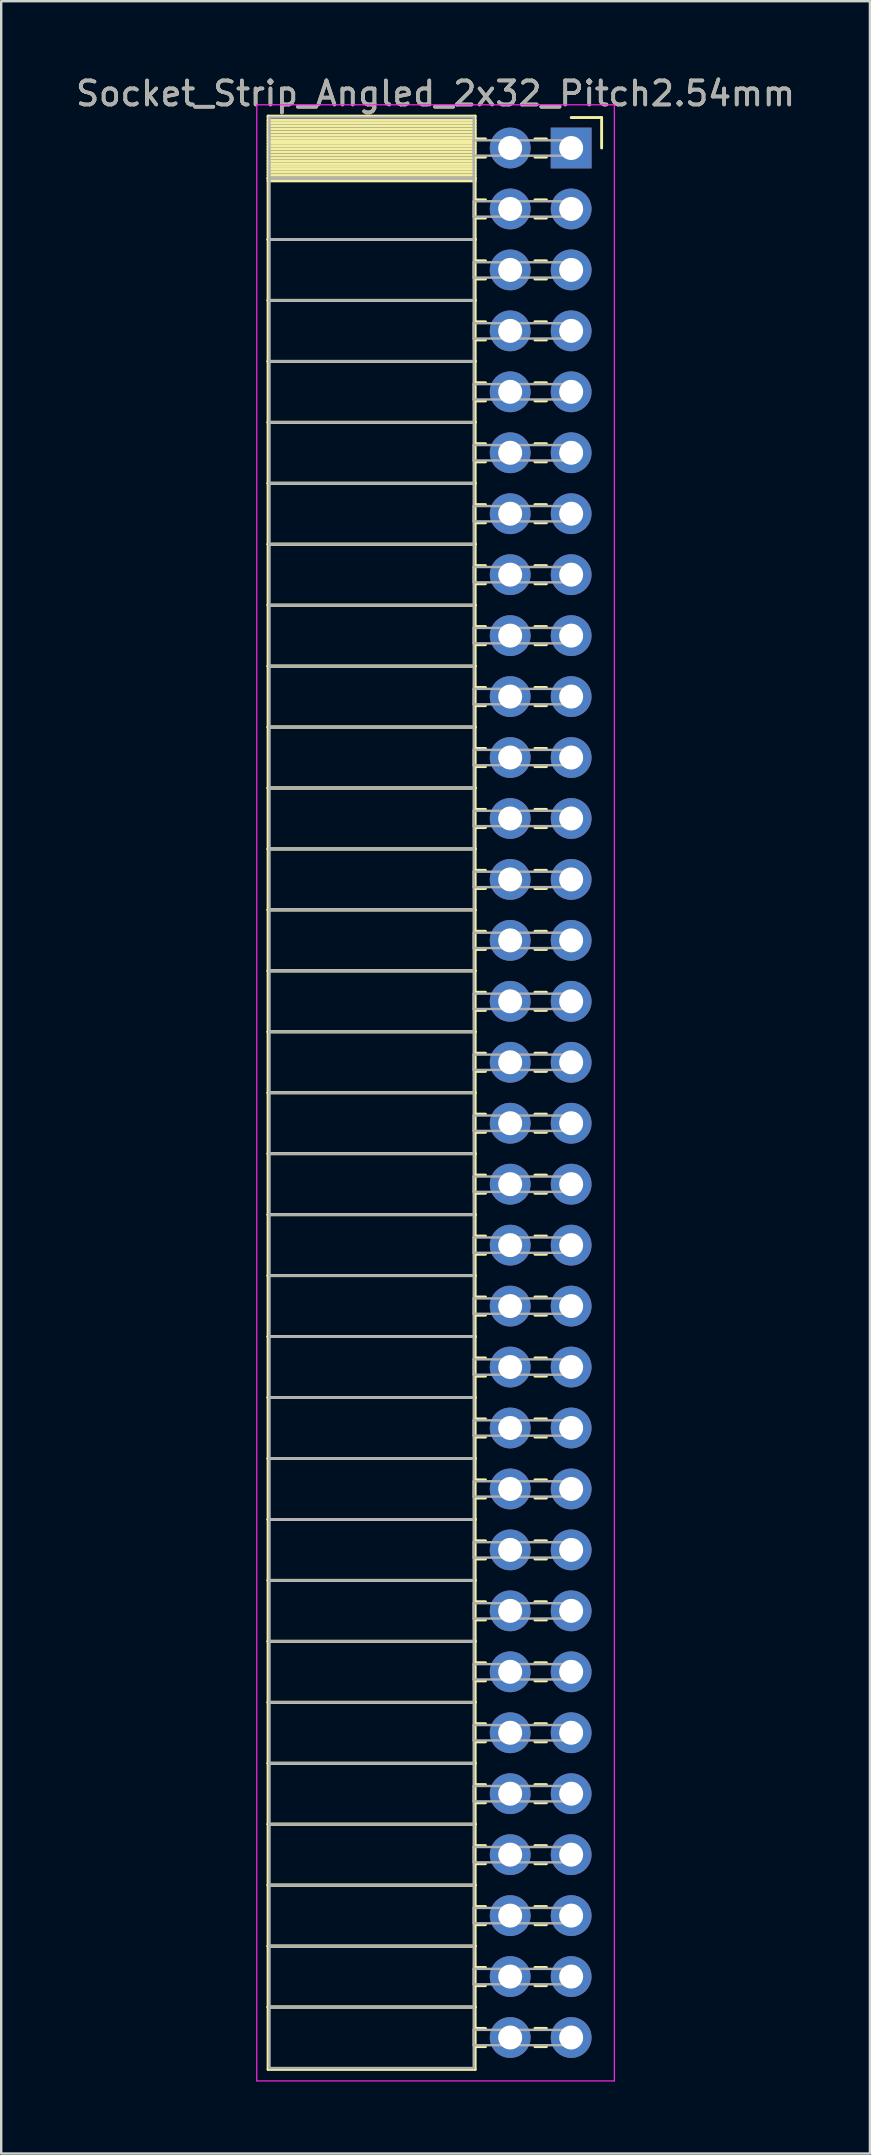
<source format=kicad_pcb>
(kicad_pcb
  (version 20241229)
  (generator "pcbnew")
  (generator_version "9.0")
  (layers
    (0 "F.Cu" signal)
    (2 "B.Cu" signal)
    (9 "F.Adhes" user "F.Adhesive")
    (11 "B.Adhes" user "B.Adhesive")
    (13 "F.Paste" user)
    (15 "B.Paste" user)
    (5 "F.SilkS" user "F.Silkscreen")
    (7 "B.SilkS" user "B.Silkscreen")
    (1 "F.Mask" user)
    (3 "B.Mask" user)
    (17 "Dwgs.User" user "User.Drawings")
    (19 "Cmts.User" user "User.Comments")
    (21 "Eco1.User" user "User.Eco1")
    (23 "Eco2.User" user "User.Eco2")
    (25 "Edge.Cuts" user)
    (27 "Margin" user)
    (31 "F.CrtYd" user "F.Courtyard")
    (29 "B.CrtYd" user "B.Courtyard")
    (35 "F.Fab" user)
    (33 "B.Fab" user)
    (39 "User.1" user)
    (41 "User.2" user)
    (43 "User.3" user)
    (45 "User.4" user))
  (footprint "Socket_Strip_Angled_2x32_Pitch2.54mm"
    (layer "F.Cu")
    (at 20.751 3.118)
    (property "Reference" "Socket_Strip_Angled_2x32_Pitch2.54mm" (at -5.65 -2.27 0) (layer "F.SilkS") (effects (font (size 1 1) (thickness 0.15))))
    (attr through_hole)
    (fp_line (start -12.63 -1.33) (end -4 -1.33) (stroke (width 0.12) (type solid)) (layer "F.SilkS"))
    (fp_line (start -12.63 1.27) (end -12.63 -1.33) (stroke (width 0.12) (type solid)) (layer "F.SilkS"))
    (fp_line (start -12.63 1.27) (end -4 1.27) (stroke (width 0.12) (type solid)) (layer "F.SilkS"))
    (fp_line (start -12.63 3.81) (end -12.63 1.27) (stroke (width 0.12) (type solid)) (layer "F.SilkS"))
    (fp_line (start -12.63 3.81) (end -4 3.81) (stroke (width 0.12) (type solid)) (layer "F.SilkS"))
    (fp_line (start -12.63 6.35) (end -12.63 3.81) (stroke (width 0.12) (type solid)) (layer "F.SilkS"))
    (fp_line (start -12.63 6.35) (end -4 6.35) (stroke (width 0.12) (type solid)) (layer "F.SilkS"))
    (fp_line (start -12.63 8.89) (end -12.63 6.35) (stroke (width 0.12) (type solid)) (layer "F.SilkS"))
    (fp_line (start -12.63 8.89) (end -4 8.89) (stroke (width 0.12) (type solid)) (layer "F.SilkS"))
    (fp_line (start -12.63 11.43) (end -12.63 8.89) (stroke (width 0.12) (type solid)) (layer "F.SilkS"))
    (fp_line (start -12.63 11.43) (end -4 11.43) (stroke (width 0.12) (type solid)) (layer "F.SilkS"))
    (fp_line (start -12.63 13.97) (end -12.63 11.43) (stroke (width 0.12) (type solid)) (layer "F.SilkS"))
    (fp_line (start -12.63 13.97) (end -4 13.97) (stroke (width 0.12) (type solid)) (layer "F.SilkS"))
    (fp_line (start -12.63 16.51) (end -12.63 13.97) (stroke (width 0.12) (type solid)) (layer "F.SilkS"))
    (fp_line (start -12.63 16.51) (end -4 16.51) (stroke (width 0.12) (type solid)) (layer "F.SilkS"))
    (fp_line (start -12.63 19.05) (end -12.63 16.51) (stroke (width 0.12) (type solid)) (layer "F.SilkS"))
    (fp_line (start -12.63 19.05) (end -4 19.05) (stroke (width 0.12) (type solid)) (layer "F.SilkS"))
    (fp_line (start -12.63 21.59) (end -12.63 19.05) (stroke (width 0.12) (type solid)) (layer "F.SilkS"))
    (fp_line (start -12.63 21.59) (end -4 21.59) (stroke (width 0.12) (type solid)) (layer "F.SilkS"))
    (fp_line (start -12.63 24.13) (end -12.63 21.59) (stroke (width 0.12) (type solid)) (layer "F.SilkS"))
    (fp_line (start -12.63 24.13) (end -4 24.13) (stroke (width 0.12) (type solid)) (layer "F.SilkS"))
    (fp_line (start -12.63 26.67) (end -12.63 24.13) (stroke (width 0.12) (type solid)) (layer "F.SilkS"))
    (fp_line (start -12.63 26.67) (end -4 26.67) (stroke (width 0.12) (type solid)) (layer "F.SilkS"))
    (fp_line (start -12.63 29.21) (end -12.63 26.67) (stroke (width 0.12) (type solid)) (layer "F.SilkS"))
    (fp_line (start -12.63 29.21) (end -4 29.21) (stroke (width 0.12) (type solid)) (layer "F.SilkS"))
    (fp_line (start -12.63 31.75) (end -12.63 29.21) (stroke (width 0.12) (type solid)) (layer "F.SilkS"))
    (fp_line (start -12.63 31.75) (end -4 31.75) (stroke (width 0.12) (type solid)) (layer "F.SilkS"))
    (fp_line (start -12.63 34.29) (end -12.63 31.75) (stroke (width 0.12) (type solid)) (layer "F.SilkS"))
    (fp_line (start -12.63 34.29) (end -4 34.29) (stroke (width 0.12) (type solid)) (layer "F.SilkS"))
    (fp_line (start -12.63 36.83) (end -12.63 34.29) (stroke (width 0.12) (type solid)) (layer "F.SilkS"))
    (fp_line (start -12.63 36.83) (end -4 36.83) (stroke (width 0.12) (type solid)) (layer "F.SilkS"))
    (fp_line (start -12.63 39.37) (end -12.63 36.83) (stroke (width 0.12) (type solid)) (layer "F.SilkS"))
    (fp_line (start -12.63 39.37) (end -4 39.37) (stroke (width 0.12) (type solid)) (layer "F.SilkS"))
    (fp_line (start -12.63 41.91) (end -12.63 39.37) (stroke (width 0.12) (type solid)) (layer "F.SilkS"))
    (fp_line (start -12.63 41.91) (end -4 41.91) (stroke (width 0.12) (type solid)) (layer "F.SilkS"))
    (fp_line (start -12.63 44.45) (end -12.63 41.91) (stroke (width 0.12) (type solid)) (layer "F.SilkS"))
    (fp_line (start -12.63 44.45) (end -4 44.45) (stroke (width 0.12) (type solid)) (layer "F.SilkS"))
    (fp_line (start -12.63 46.99) (end -12.63 44.45) (stroke (width 0.12) (type solid)) (layer "F.SilkS"))
    (fp_line (start -12.63 46.99) (end -4 46.99) (stroke (width 0.12) (type solid)) (layer "F.SilkS"))
    (fp_line (start -12.63 49.53) (end -12.63 46.99) (stroke (width 0.12) (type solid)) (layer "F.SilkS"))
    (fp_line (start -12.63 49.53) (end -4 49.53) (stroke (width 0.12) (type solid)) (layer "F.SilkS"))
    (fp_line (start -12.63 52.07) (end -12.63 49.53) (stroke (width 0.12) (type solid)) (layer "F.SilkS"))
    (fp_line (start -12.63 52.07) (end -4 52.07) (stroke (width 0.12) (type solid)) (layer "F.SilkS"))
    (fp_line (start -12.63 54.61) (end -12.63 52.07) (stroke (width 0.12) (type solid)) (layer "F.SilkS"))
    (fp_line (start -12.63 54.61) (end -4 54.61) (stroke (width 0.12) (type solid)) (layer "F.SilkS"))
    (fp_line (start -12.63 57.15) (end -12.63 54.61) (stroke (width 0.12) (type solid)) (layer "F.SilkS"))
    (fp_line (start -12.63 57.15) (end -4 57.15) (stroke (width 0.12) (type solid)) (layer "F.SilkS"))
    (fp_line (start -12.63 59.69) (end -12.63 57.15) (stroke (width 0.12) (type solid)) (layer "F.SilkS"))
    (fp_line (start -12.63 59.69) (end -4 59.69) (stroke (width 0.12) (type solid)) (layer "F.SilkS"))
    (fp_line (start -12.63 62.23) (end -12.63 59.69) (stroke (width 0.12) (type solid)) (layer "F.SilkS"))
    (fp_line (start -12.63 62.23) (end -4 62.23) (stroke (width 0.12) (type solid)) (layer "F.SilkS"))
    (fp_line (start -12.63 64.77) (end -12.63 62.23) (stroke (width 0.12) (type solid)) (layer "F.SilkS"))
    (fp_line (start -12.63 64.77) (end -4 64.77) (stroke (width 0.12) (type solid)) (layer "F.SilkS"))
    (fp_line (start -12.63 67.31) (end -12.63 64.77) (stroke (width 0.12) (type solid)) (layer "F.SilkS"))
    (fp_line (start -12.63 67.31) (end -4 67.31) (stroke (width 0.12) (type solid)) (layer "F.SilkS"))
    (fp_line (start -12.63 69.85) (end -12.63 67.31) (stroke (width 0.12) (type solid)) (layer "F.SilkS"))
    (fp_line (start -12.63 69.85) (end -4 69.85) (stroke (width 0.12) (type solid)) (layer "F.SilkS"))
    (fp_line (start -12.63 72.39) (end -12.63 69.85) (stroke (width 0.12) (type solid)) (layer "F.SilkS"))
    (fp_line (start -12.63 72.39) (end -4 72.39) (stroke (width 0.12) (type solid)) (layer "F.SilkS"))
    (fp_line (start -12.63 74.93) (end -12.63 72.39) (stroke (width 0.12) (type solid)) (layer "F.SilkS"))
    (fp_line (start -12.63 74.93) (end -4 74.93) (stroke (width 0.12) (type solid)) (layer "F.SilkS"))
    (fp_line (start -12.63 77.47) (end -12.63 74.93) (stroke (width 0.12) (type solid)) (layer "F.SilkS"))
    (fp_line (start -12.63 77.47) (end -4 77.47) (stroke (width 0.12) (type solid)) (layer "F.SilkS"))
    (fp_line (start -12.63 80.07) (end -12.63 77.47) (stroke (width 0.12) (type solid)) (layer "F.SilkS"))
    (fp_line (start -4 -1.33) (end -4 1.27) (stroke (width 0.12) (type solid)) (layer "F.SilkS"))
    (fp_line (start -4 -1.15) (end -12.63 -1.15) (stroke (width 0.12) (type solid)) (layer "F.SilkS"))
    (fp_line (start -4 -1.03) (end -12.63 -1.03) (stroke (width 0.12) (type solid)) (layer "F.SilkS"))
    (fp_line (start -4 -0.91) (end -12.63 -0.91) (stroke (width 0.12) (type solid)) (layer "F.SilkS"))
    (fp_line (start -4 -0.79) (end -12.63 -0.79) (stroke (width 0.12) (type solid)) (layer "F.SilkS"))
    (fp_line (start -4 -0.67) (end -12.63 -0.67) (stroke (width 0.12) (type solid)) (layer "F.SilkS"))
    (fp_line (start -4 -0.55) (end -12.63 -0.55) (stroke (width 0.12) (type solid)) (layer "F.SilkS"))
    (fp_line (start -4 -0.43) (end -12.63 -0.43) (stroke (width 0.12) (type solid)) (layer "F.SilkS"))
    (fp_line (start -4 -0.31) (end -12.63 -0.31) (stroke (width 0.12) (type solid)) (layer "F.SilkS"))
    (fp_line (start -4 -0.19) (end -12.63 -0.19) (stroke (width 0.12) (type solid)) (layer "F.SilkS"))
    (fp_line (start -4 -0.07) (end -12.63 -0.07) (stroke (width 0.12) (type solid)) (layer "F.SilkS"))
    (fp_line (start -4 0.05) (end -12.63 0.05) (stroke (width 0.12) (type solid)) (layer "F.SilkS"))
    (fp_line (start -4 0.17) (end -12.63 0.17) (stroke (width 0.12) (type solid)) (layer "F.SilkS"))
    (fp_line (start -4 0.29) (end -12.63 0.29) (stroke (width 0.12) (type solid)) (layer "F.SilkS"))
    (fp_line (start -4 0.41) (end -12.63 0.41) (stroke (width 0.12) (type solid)) (layer "F.SilkS"))
    (fp_line (start -4 0.53) (end -12.63 0.53) (stroke (width 0.12) (type solid)) (layer "F.SilkS"))
    (fp_line (start -4 0.65) (end -12.63 0.65) (stroke (width 0.12) (type solid)) (layer "F.SilkS"))
    (fp_line (start -4 0.77) (end -12.63 0.77) (stroke (width 0.12) (type solid)) (layer "F.SilkS"))
    (fp_line (start -4 0.89) (end -12.63 0.89) (stroke (width 0.12) (type solid)) (layer "F.SilkS"))
    (fp_line (start -4 1.01) (end -12.63 1.01) (stroke (width 0.12) (type solid)) (layer "F.SilkS"))
    (fp_line (start -4 1.13) (end -12.63 1.13) (stroke (width 0.12) (type solid)) (layer "F.SilkS"))
    (fp_line (start -4 1.25) (end -12.63 1.25) (stroke (width 0.12) (type solid)) (layer "F.SilkS"))
    (fp_line (start -4 1.27) (end -12.63 1.27) (stroke (width 0.12) (type solid)) (layer "F.SilkS"))
    (fp_line (start -4 1.27) (end -4 3.81) (stroke (width 0.12) (type solid)) (layer "F.SilkS"))
    (fp_line (start -4 1.37) (end -12.63 1.37) (stroke (width 0.12) (type solid)) (layer "F.SilkS"))
    (fp_line (start -4 3.81) (end -12.63 3.81) (stroke (width 0.12) (type solid)) (layer "F.SilkS"))
    (fp_line (start -4 3.81) (end -4 6.35) (stroke (width 0.12) (type solid)) (layer "F.SilkS"))
    (fp_line (start -4 6.35) (end -12.63 6.35) (stroke (width 0.12) (type solid)) (layer "F.SilkS"))
    (fp_line (start -4 6.35) (end -4 8.89) (stroke (width 0.12) (type solid)) (layer "F.SilkS"))
    (fp_line (start -4 8.89) (end -12.63 8.89) (stroke (width 0.12) (type solid)) (layer "F.SilkS"))
    (fp_line (start -4 8.89) (end -4 11.43) (stroke (width 0.12) (type solid)) (layer "F.SilkS"))
    (fp_line (start -4 11.43) (end -12.63 11.43) (stroke (width 0.12) (type solid)) (layer "F.SilkS"))
    (fp_line (start -4 11.43) (end -4 13.97) (stroke (width 0.12) (type solid)) (layer "F.SilkS"))
    (fp_line (start -4 13.97) (end -12.63 13.97) (stroke (width 0.12) (type solid)) (layer "F.SilkS"))
    (fp_line (start -4 13.97) (end -4 16.51) (stroke (width 0.12) (type solid)) (layer "F.SilkS"))
    (fp_line (start -4 16.51) (end -12.63 16.51) (stroke (width 0.12) (type solid)) (layer "F.SilkS"))
    (fp_line (start -4 16.51) (end -4 19.05) (stroke (width 0.12) (type solid)) (layer "F.SilkS"))
    (fp_line (start -4 19.05) (end -12.63 19.05) (stroke (width 0.12) (type solid)) (layer "F.SilkS"))
    (fp_line (start -4 19.05) (end -4 21.59) (stroke (width 0.12) (type solid)) (layer "F.SilkS"))
    (fp_line (start -4 21.59) (end -12.63 21.59) (stroke (width 0.12) (type solid)) (layer "F.SilkS"))
    (fp_line (start -4 21.59) (end -4 24.13) (stroke (width 0.12) (type solid)) (layer "F.SilkS"))
    (fp_line (start -4 24.13) (end -12.63 24.13) (stroke (width 0.12) (type solid)) (layer "F.SilkS"))
    (fp_line (start -4 24.13) (end -4 26.67) (stroke (width 0.12) (type solid)) (layer "F.SilkS"))
    (fp_line (start -4 26.67) (end -12.63 26.67) (stroke (width 0.12) (type solid)) (layer "F.SilkS"))
    (fp_line (start -4 26.67) (end -4 29.21) (stroke (width 0.12) (type solid)) (layer "F.SilkS"))
    (fp_line (start -4 29.21) (end -12.63 29.21) (stroke (width 0.12) (type solid)) (layer "F.SilkS"))
    (fp_line (start -4 29.21) (end -4 31.75) (stroke (width 0.12) (type solid)) (layer "F.SilkS"))
    (fp_line (start -4 31.75) (end -12.63 31.75) (stroke (width 0.12) (type solid)) (layer "F.SilkS"))
    (fp_line (start -4 31.75) (end -4 34.29) (stroke (width 0.12) (type solid)) (layer "F.SilkS"))
    (fp_line (start -4 34.29) (end -12.63 34.29) (stroke (width 0.12) (type solid)) (layer "F.SilkS"))
    (fp_line (start -4 34.29) (end -4 36.83) (stroke (width 0.12) (type solid)) (layer "F.SilkS"))
    (fp_line (start -4 36.83) (end -12.63 36.83) (stroke (width 0.12) (type solid)) (layer "F.SilkS"))
    (fp_line (start -4 36.83) (end -4 39.37) (stroke (width 0.12) (type solid)) (layer "F.SilkS"))
    (fp_line (start -4 39.37) (end -12.63 39.37) (stroke (width 0.12) (type solid)) (layer "F.SilkS"))
    (fp_line (start -4 39.37) (end -4 41.91) (stroke (width 0.12) (type solid)) (layer "F.SilkS"))
    (fp_line (start -4 41.91) (end -12.63 41.91) (stroke (width 0.12) (type solid)) (layer "F.SilkS"))
    (fp_line (start -4 41.91) (end -4 44.45) (stroke (width 0.12) (type solid)) (layer "F.SilkS"))
    (fp_line (start -4 44.45) (end -12.63 44.45) (stroke (width 0.12) (type solid)) (layer "F.SilkS"))
    (fp_line (start -4 44.45) (end -4 46.99) (stroke (width 0.12) (type solid)) (layer "F.SilkS"))
    (fp_line (start -4 46.99) (end -12.63 46.99) (stroke (width 0.12) (type solid)) (layer "F.SilkS"))
    (fp_line (start -4 46.99) (end -4 49.53) (stroke (width 0.12) (type solid)) (layer "F.SilkS"))
    (fp_line (start -4 49.53) (end -12.63 49.53) (stroke (width 0.12) (type solid)) (layer "F.SilkS"))
    (fp_line (start -4 49.53) (end -4 52.07) (stroke (width 0.12) (type solid)) (layer "F.SilkS"))
    (fp_line (start -4 52.07) (end -12.63 52.07) (stroke (width 0.12) (type solid)) (layer "F.SilkS"))
    (fp_line (start -4 52.07) (end -4 54.61) (stroke (width 0.12) (type solid)) (layer "F.SilkS"))
    (fp_line (start -4 54.61) (end -12.63 54.61) (stroke (width 0.12) (type solid)) (layer "F.SilkS"))
    (fp_line (start -4 54.61) (end -4 57.15) (stroke (width 0.12) (type solid)) (layer "F.SilkS"))
    (fp_line (start -4 57.15) (end -12.63 57.15) (stroke (width 0.12) (type solid)) (layer "F.SilkS"))
    (fp_line (start -4 57.15) (end -4 59.69) (stroke (width 0.12) (type solid)) (layer "F.SilkS"))
    (fp_line (start -4 59.69) (end -12.63 59.69) (stroke (width 0.12) (type solid)) (layer "F.SilkS"))
    (fp_line (start -4 59.69) (end -4 62.23) (stroke (width 0.12) (type solid)) (layer "F.SilkS"))
    (fp_line (start -4 62.23) (end -12.63 62.23) (stroke (width 0.12) (type solid)) (layer "F.SilkS"))
    (fp_line (start -4 62.23) (end -4 64.77) (stroke (width 0.12) (type solid)) (layer "F.SilkS"))
    (fp_line (start -4 64.77) (end -12.63 64.77) (stroke (width 0.12) (type solid)) (layer "F.SilkS"))
    (fp_line (start -4 64.77) (end -4 67.31) (stroke (width 0.12) (type solid)) (layer "F.SilkS"))
    (fp_line (start -4 67.31) (end -12.63 67.31) (stroke (width 0.12) (type solid)) (layer "F.SilkS"))
    (fp_line (start -4 67.31) (end -4 69.85) (stroke (width 0.12) (type solid)) (layer "F.SilkS"))
    (fp_line (start -4 69.85) (end -12.63 69.85) (stroke (width 0.12) (type solid)) (layer "F.SilkS"))
    (fp_line (start -4 69.85) (end -4 72.39) (stroke (width 0.12) (type solid)) (layer "F.SilkS"))
    (fp_line (start -4 72.39) (end -12.63 72.39) (stroke (width 0.12) (type solid)) (layer "F.SilkS"))
    (fp_line (start -4 72.39) (end -4 74.93) (stroke (width 0.12) (type solid)) (layer "F.SilkS"))
    (fp_line (start -4 74.93) (end -12.63 74.93) (stroke (width 0.12) (type solid)) (layer "F.SilkS"))
    (fp_line (start -4 74.93) (end -4 77.47) (stroke (width 0.12) (type solid)) (layer "F.SilkS"))
    (fp_line (start -4 77.47) (end -12.63 77.47) (stroke (width 0.12) (type solid)) (layer "F.SilkS"))
    (fp_line (start -4 77.47) (end -4 80.07) (stroke (width 0.12) (type solid)) (layer "F.SilkS"))
    (fp_line (start -4 80.07) (end -12.63 80.07) (stroke (width 0.12) (type solid)) (layer "F.SilkS"))
    (fp_line (start -3.57 -0.38) (end -4 -0.38) (stroke (width 0.12) (type solid)) (layer "F.SilkS"))
    (fp_line (start -3.57 0.38) (end -4 0.38) (stroke (width 0.12) (type solid)) (layer "F.SilkS"))
    (fp_line (start -3.57 2.16) (end -4 2.16) (stroke (width 0.12) (type solid)) (layer "F.SilkS"))
    (fp_line (start -3.57 2.92) (end -4 2.92) (stroke (width 0.12) (type solid)) (layer "F.SilkS"))
    (fp_line (start -3.57 4.7) (end -4 4.7) (stroke (width 0.12) (type solid)) (layer "F.SilkS"))
    (fp_line (start -3.57 5.46) (end -4 5.46) (stroke (width 0.12) (type solid)) (layer "F.SilkS"))
    (fp_line (start -3.57 7.24) (end -4 7.24) (stroke (width 0.12) (type solid)) (layer "F.SilkS"))
    (fp_line (start -3.57 8) (end -4 8) (stroke (width 0.12) (type solid)) (layer "F.SilkS"))
    (fp_line (start -3.57 9.78) (end -4 9.78) (stroke (width 0.12) (type solid)) (layer "F.SilkS"))
    (fp_line (start -3.57 10.54) (end -4 10.54) (stroke (width 0.12) (type solid)) (layer "F.SilkS"))
    (fp_line (start -3.57 12.32) (end -4 12.32) (stroke (width 0.12) (type solid)) (layer "F.SilkS"))
    (fp_line (start -3.57 13.08) (end -4 13.08) (stroke (width 0.12) (type solid)) (layer "F.SilkS"))
    (fp_line (start -3.57 14.86) (end -4 14.86) (stroke (width 0.12) (type solid)) (layer "F.SilkS"))
    (fp_line (start -3.57 15.62) (end -4 15.62) (stroke (width 0.12) (type solid)) (layer "F.SilkS"))
    (fp_line (start -3.57 17.4) (end -4 17.4) (stroke (width 0.12) (type solid)) (layer "F.SilkS"))
    (fp_line (start -3.57 18.16) (end -4 18.16) (stroke (width 0.12) (type solid)) (layer "F.SilkS"))
    (fp_line (start -3.57 19.94) (end -4 19.94) (stroke (width 0.12) (type solid)) (layer "F.SilkS"))
    (fp_line (start -3.57 20.7) (end -4 20.7) (stroke (width 0.12) (type solid)) (layer "F.SilkS"))
    (fp_line (start -3.57 22.48) (end -4 22.48) (stroke (width 0.12) (type solid)) (layer "F.SilkS"))
    (fp_line (start -3.57 23.24) (end -4 23.24) (stroke (width 0.12) (type solid)) (layer "F.SilkS"))
    (fp_line (start -3.57 25.02) (end -4 25.02) (stroke (width 0.12) (type solid)) (layer "F.SilkS"))
    (fp_line (start -3.57 25.78) (end -4 25.78) (stroke (width 0.12) (type solid)) (layer "F.SilkS"))
    (fp_line (start -3.57 27.56) (end -4 27.56) (stroke (width 0.12) (type solid)) (layer "F.SilkS"))
    (fp_line (start -3.57 28.32) (end -4 28.32) (stroke (width 0.12) (type solid)) (layer "F.SilkS"))
    (fp_line (start -3.57 30.1) (end -4 30.1) (stroke (width 0.12) (type solid)) (layer "F.SilkS"))
    (fp_line (start -3.57 30.86) (end -4 30.86) (stroke (width 0.12) (type solid)) (layer "F.SilkS"))
    (fp_line (start -3.57 32.64) (end -4 32.64) (stroke (width 0.12) (type solid)) (layer "F.SilkS"))
    (fp_line (start -3.57 33.4) (end -4 33.4) (stroke (width 0.12) (type solid)) (layer "F.SilkS"))
    (fp_line (start -3.57 35.18) (end -4 35.18) (stroke (width 0.12) (type solid)) (layer "F.SilkS"))
    (fp_line (start -3.57 35.94) (end -4 35.94) (stroke (width 0.12) (type solid)) (layer "F.SilkS"))
    (fp_line (start -3.57 37.72) (end -4 37.72) (stroke (width 0.12) (type solid)) (layer "F.SilkS"))
    (fp_line (start -3.57 38.48) (end -4 38.48) (stroke (width 0.12) (type solid)) (layer "F.SilkS"))
    (fp_line (start -3.57 40.26) (end -4 40.26) (stroke (width 0.12) (type solid)) (layer "F.SilkS"))
    (fp_line (start -3.57 41.02) (end -4 41.02) (stroke (width 0.12) (type solid)) (layer "F.SilkS"))
    (fp_line (start -3.57 42.8) (end -4 42.8) (stroke (width 0.12) (type solid)) (layer "F.SilkS"))
    (fp_line (start -3.57 43.56) (end -4 43.56) (stroke (width 0.12) (type solid)) (layer "F.SilkS"))
    (fp_line (start -3.57 45.34) (end -4 45.34) (stroke (width 0.12) (type solid)) (layer "F.SilkS"))
    (fp_line (start -3.57 46.1) (end -4 46.1) (stroke (width 0.12) (type solid)) (layer "F.SilkS"))
    (fp_line (start -3.57 47.88) (end -4 47.88) (stroke (width 0.12) (type solid)) (layer "F.SilkS"))
    (fp_line (start -3.57 48.64) (end -4 48.64) (stroke (width 0.12) (type solid)) (layer "F.SilkS"))
    (fp_line (start -3.57 50.42) (end -4 50.42) (stroke (width 0.12) (type solid)) (layer "F.SilkS"))
    (fp_line (start -3.57 51.18) (end -4 51.18) (stroke (width 0.12) (type solid)) (layer "F.SilkS"))
    (fp_line (start -3.57 52.96) (end -4 52.96) (stroke (width 0.12) (type solid)) (layer "F.SilkS"))
    (fp_line (start -3.57 53.72) (end -4 53.72) (stroke (width 0.12) (type solid)) (layer "F.SilkS"))
    (fp_line (start -3.57 55.5) (end -4 55.5) (stroke (width 0.12) (type solid)) (layer "F.SilkS"))
    (fp_line (start -3.57 56.26) (end -4 56.26) (stroke (width 0.12) (type solid)) (layer "F.SilkS"))
    (fp_line (start -3.57 58.04) (end -4 58.04) (stroke (width 0.12) (type solid)) (layer "F.SilkS"))
    (fp_line (start -3.57 58.8) (end -4 58.8) (stroke (width 0.12) (type solid)) (layer "F.SilkS"))
    (fp_line (start -3.57 60.58) (end -4 60.58) (stroke (width 0.12) (type solid)) (layer "F.SilkS"))
    (fp_line (start -3.57 61.34) (end -4 61.34) (stroke (width 0.12) (type solid)) (layer "F.SilkS"))
    (fp_line (start -3.57 63.12) (end -4 63.12) (stroke (width 0.12) (type solid)) (layer "F.SilkS"))
    (fp_line (start -3.57 63.88) (end -4 63.88) (stroke (width 0.12) (type solid)) (layer "F.SilkS"))
    (fp_line (start -3.57 65.66) (end -4 65.66) (stroke (width 0.12) (type solid)) (layer "F.SilkS"))
    (fp_line (start -3.57 66.42) (end -4 66.42) (stroke (width 0.12) (type solid)) (layer "F.SilkS"))
    (fp_line (start -3.57 68.2) (end -4 68.2) (stroke (width 0.12) (type solid)) (layer "F.SilkS"))
    (fp_line (start -3.57 68.96) (end -4 68.96) (stroke (width 0.12) (type solid)) (layer "F.SilkS"))
    (fp_line (start -3.57 70.74) (end -4 70.74) (stroke (width 0.12) (type solid)) (layer "F.SilkS"))
    (fp_line (start -3.57 71.5) (end -4 71.5) (stroke (width 0.12) (type solid)) (layer "F.SilkS"))
    (fp_line (start -3.57 73.28) (end -4 73.28) (stroke (width 0.12) (type solid)) (layer "F.SilkS"))
    (fp_line (start -3.57 74.04) (end -4 74.04) (stroke (width 0.12) (type solid)) (layer "F.SilkS"))
    (fp_line (start -3.57 75.82) (end -4 75.82) (stroke (width 0.12) (type solid)) (layer "F.SilkS"))
    (fp_line (start -3.57 76.58) (end -4 76.58) (stroke (width 0.12) (type solid)) (layer "F.SilkS"))
    (fp_line (start -3.57 78.36) (end -4 78.36) (stroke (width 0.12) (type solid)) (layer "F.SilkS"))
    (fp_line (start -3.57 79.12) (end -4 79.12) (stroke (width 0.12) (type solid)) (layer "F.SilkS"))
    (fp_line (start -1.03 -0.38) (end -1.51 -0.38) (stroke (width 0.12) (type solid)) (layer "F.SilkS"))
    (fp_line (start -1.03 0.38) (end -1.51 0.38) (stroke (width 0.12) (type solid)) (layer "F.SilkS"))
    (fp_line (start -1.03 2.16) (end -1.51 2.16) (stroke (width 0.12) (type solid)) (layer "F.SilkS"))
    (fp_line (start -1.03 2.92) (end -1.51 2.92) (stroke (width 0.12) (type solid)) (layer "F.SilkS"))
    (fp_line (start -1.03 4.7) (end -1.51 4.7) (stroke (width 0.12) (type solid)) (layer "F.SilkS"))
    (fp_line (start -1.03 5.46) (end -1.51 5.46) (stroke (width 0.12) (type solid)) (layer "F.SilkS"))
    (fp_line (start -1.03 7.24) (end -1.51 7.24) (stroke (width 0.12) (type solid)) (layer "F.SilkS"))
    (fp_line (start -1.03 8) (end -1.51 8) (stroke (width 0.12) (type solid)) (layer "F.SilkS"))
    (fp_line (start -1.03 9.78) (end -1.51 9.78) (stroke (width 0.12) (type solid)) (layer "F.SilkS"))
    (fp_line (start -1.03 10.54) (end -1.51 10.54) (stroke (width 0.12) (type solid)) (layer "F.SilkS"))
    (fp_line (start -1.03 12.32) (end -1.51 12.32) (stroke (width 0.12) (type solid)) (layer "F.SilkS"))
    (fp_line (start -1.03 13.08) (end -1.51 13.08) (stroke (width 0.12) (type solid)) (layer "F.SilkS"))
    (fp_line (start -1.03 14.86) (end -1.51 14.86) (stroke (width 0.12) (type solid)) (layer "F.SilkS"))
    (fp_line (start -1.03 15.62) (end -1.51 15.62) (stroke (width 0.12) (type solid)) (layer "F.SilkS"))
    (fp_line (start -1.03 17.4) (end -1.51 17.4) (stroke (width 0.12) (type solid)) (layer "F.SilkS"))
    (fp_line (start -1.03 18.16) (end -1.51 18.16) (stroke (width 0.12) (type solid)) (layer "F.SilkS"))
    (fp_line (start -1.03 19.94) (end -1.51 19.94) (stroke (width 0.12) (type solid)) (layer "F.SilkS"))
    (fp_line (start -1.03 20.7) (end -1.51 20.7) (stroke (width 0.12) (type solid)) (layer "F.SilkS"))
    (fp_line (start -1.03 22.48) (end -1.51 22.48) (stroke (width 0.12) (type solid)) (layer "F.SilkS"))
    (fp_line (start -1.03 23.24) (end -1.51 23.24) (stroke (width 0.12) (type solid)) (layer "F.SilkS"))
    (fp_line (start -1.03 25.02) (end -1.51 25.02) (stroke (width 0.12) (type solid)) (layer "F.SilkS"))
    (fp_line (start -1.03 25.78) (end -1.51 25.78) (stroke (width 0.12) (type solid)) (layer "F.SilkS"))
    (fp_line (start -1.03 27.56) (end -1.51 27.56) (stroke (width 0.12) (type solid)) (layer "F.SilkS"))
    (fp_line (start -1.03 28.32) (end -1.51 28.32) (stroke (width 0.12) (type solid)) (layer "F.SilkS"))
    (fp_line (start -1.03 30.1) (end -1.51 30.1) (stroke (width 0.12) (type solid)) (layer "F.SilkS"))
    (fp_line (start -1.03 30.86) (end -1.51 30.86) (stroke (width 0.12) (type solid)) (layer "F.SilkS"))
    (fp_line (start -1.03 32.64) (end -1.51 32.64) (stroke (width 0.12) (type solid)) (layer "F.SilkS"))
    (fp_line (start -1.03 33.4) (end -1.51 33.4) (stroke (width 0.12) (type solid)) (layer "F.SilkS"))
    (fp_line (start -1.03 35.18) (end -1.51 35.18) (stroke (width 0.12) (type solid)) (layer "F.SilkS"))
    (fp_line (start -1.03 35.94) (end -1.51 35.94) (stroke (width 0.12) (type solid)) (layer "F.SilkS"))
    (fp_line (start -1.03 37.72) (end -1.51 37.72) (stroke (width 0.12) (type solid)) (layer "F.SilkS"))
    (fp_line (start -1.03 38.48) (end -1.51 38.48) (stroke (width 0.12) (type solid)) (layer "F.SilkS"))
    (fp_line (start -1.03 40.26) (end -1.51 40.26) (stroke (width 0.12) (type solid)) (layer "F.SilkS"))
    (fp_line (start -1.03 41.02) (end -1.51 41.02) (stroke (width 0.12) (type solid)) (layer "F.SilkS"))
    (fp_line (start -1.03 42.8) (end -1.51 42.8) (stroke (width 0.12) (type solid)) (layer "F.SilkS"))
    (fp_line (start -1.03 43.56) (end -1.51 43.56) (stroke (width 0.12) (type solid)) (layer "F.SilkS"))
    (fp_line (start -1.03 45.34) (end -1.51 45.34) (stroke (width 0.12) (type solid)) (layer "F.SilkS"))
    (fp_line (start -1.03 46.1) (end -1.51 46.1) (stroke (width 0.12) (type solid)) (layer "F.SilkS"))
    (fp_line (start -1.03 47.88) (end -1.51 47.88) (stroke (width 0.12) (type solid)) (layer "F.SilkS"))
    (fp_line (start -1.03 48.64) (end -1.51 48.64) (stroke (width 0.12) (type solid)) (layer "F.SilkS"))
    (fp_line (start -1.03 50.42) (end -1.51 50.42) (stroke (width 0.12) (type solid)) (layer "F.SilkS"))
    (fp_line (start -1.03 51.18) (end -1.51 51.18) (stroke (width 0.12) (type solid)) (layer "F.SilkS"))
    (fp_line (start -1.03 52.96) (end -1.51 52.96) (stroke (width 0.12) (type solid)) (layer "F.SilkS"))
    (fp_line (start -1.03 53.72) (end -1.51 53.72) (stroke (width 0.12) (type solid)) (layer "F.SilkS"))
    (fp_line (start -1.03 55.5) (end -1.51 55.5) (stroke (width 0.12) (type solid)) (layer "F.SilkS"))
    (fp_line (start -1.03 56.26) (end -1.51 56.26) (stroke (width 0.12) (type solid)) (layer "F.SilkS"))
    (fp_line (start -1.03 58.04) (end -1.51 58.04) (stroke (width 0.12) (type solid)) (layer "F.SilkS"))
    (fp_line (start -1.03 58.8) (end -1.51 58.8) (stroke (width 0.12) (type solid)) (layer "F.SilkS"))
    (fp_line (start -1.03 60.58) (end -1.51 60.58) (stroke (width 0.12) (type solid)) (layer "F.SilkS"))
    (fp_line (start -1.03 61.34) (end -1.51 61.34) (stroke (width 0.12) (type solid)) (layer "F.SilkS"))
    (fp_line (start -1.03 63.12) (end -1.51 63.12) (stroke (width 0.12) (type solid)) (layer "F.SilkS"))
    (fp_line (start -1.03 63.88) (end -1.51 63.88) (stroke (width 0.12) (type solid)) (layer "F.SilkS"))
    (fp_line (start -1.03 65.66) (end -1.51 65.66) (stroke (width 0.12) (type solid)) (layer "F.SilkS"))
    (fp_line (start -1.03 66.42) (end -1.51 66.42) (stroke (width 0.12) (type solid)) (layer "F.SilkS"))
    (fp_line (start -1.03 68.2) (end -1.51 68.2) (stroke (width 0.12) (type solid)) (layer "F.SilkS"))
    (fp_line (start -1.03 68.96) (end -1.51 68.96) (stroke (width 0.12) (type solid)) (layer "F.SilkS"))
    (fp_line (start -1.03 70.74) (end -1.51 70.74) (stroke (width 0.12) (type solid)) (layer "F.SilkS"))
    (fp_line (start -1.03 71.5) (end -1.51 71.5) (stroke (width 0.12) (type solid)) (layer "F.SilkS"))
    (fp_line (start -1.03 73.28) (end -1.51 73.28) (stroke (width 0.12) (type solid)) (layer "F.SilkS"))
    (fp_line (start -1.03 74.04) (end -1.51 74.04) (stroke (width 0.12) (type solid)) (layer "F.SilkS"))
    (fp_line (start -1.03 75.82) (end -1.51 75.82) (stroke (width 0.12) (type solid)) (layer "F.SilkS"))
    (fp_line (start -1.03 76.58) (end -1.51 76.58) (stroke (width 0.12) (type solid)) (layer "F.SilkS"))
    (fp_line (start -1.03 78.36) (end -1.51 78.36) (stroke (width 0.12) (type solid)) (layer "F.SilkS"))
    (fp_line (start -1.03 79.12) (end -1.51 79.12) (stroke (width 0.12) (type solid)) (layer "F.SilkS"))
    (fp_line (start 0 -1.27) (end 1.27 -1.27) (stroke (width 0.12) (type solid)) (layer "F.SilkS"))
    (fp_line (start 1.27 -1.27) (end 1.27 0) (stroke (width 0.12) (type solid)) (layer "F.SilkS"))
    (fp_line (start -13.1 -1.8) (end 1.8 -1.8) (stroke (width 0.05) (type solid)) (layer "F.CrtYd"))
    (fp_line (start -13.1 80.55) (end -13.1 -1.8) (stroke (width 0.05) (type solid)) (layer "F.CrtYd"))
    (fp_line (start 1.8 -1.8) (end 1.8 80.55) (stroke (width 0.05) (type solid)) (layer "F.CrtYd"))
    (fp_line (start 1.8 80.55) (end -13.1 80.55) (stroke (width 0.05) (type solid)) (layer "F.CrtYd"))
    (fp_line (start -12.57 -1.27) (end -4.06 -1.27) (stroke (width 0.1) (type solid)) (layer "F.Fab"))
    (fp_line (start -12.57 1.27) (end -12.57 -1.27) (stroke (width 0.1) (type solid)) (layer "F.Fab"))
    (fp_line (start -12.57 1.27) (end -4.06 1.27) (stroke (width 0.1) (type solid)) (layer "F.Fab"))
    (fp_line (start -12.57 3.81) (end -12.57 1.27) (stroke (width 0.1) (type solid)) (layer "F.Fab"))
    (fp_line (start -12.57 3.81) (end -4.06 3.81) (stroke (width 0.1) (type solid)) (layer "F.Fab"))
    (fp_line (start -12.57 6.35) (end -12.57 3.81) (stroke (width 0.1) (type solid)) (layer "F.Fab"))
    (fp_line (start -12.57 6.35) (end -4.06 6.35) (stroke (width 0.1) (type solid)) (layer "F.Fab"))
    (fp_line (start -12.57 8.89) (end -12.57 6.35) (stroke (width 0.1) (type solid)) (layer "F.Fab"))
    (fp_line (start -12.57 8.89) (end -4.06 8.89) (stroke (width 0.1) (type solid)) (layer "F.Fab"))
    (fp_line (start -12.57 11.43) (end -12.57 8.89) (stroke (width 0.1) (type solid)) (layer "F.Fab"))
    (fp_line (start -12.57 11.43) (end -4.06 11.43) (stroke (width 0.1) (type solid)) (layer "F.Fab"))
    (fp_line (start -12.57 13.97) (end -12.57 11.43) (stroke (width 0.1) (type solid)) (layer "F.Fab"))
    (fp_line (start -12.57 13.97) (end -4.06 13.97) (stroke (width 0.1) (type solid)) (layer "F.Fab"))
    (fp_line (start -12.57 16.51) (end -12.57 13.97) (stroke (width 0.1) (type solid)) (layer "F.Fab"))
    (fp_line (start -12.57 16.51) (end -4.06 16.51) (stroke (width 0.1) (type solid)) (layer "F.Fab"))
    (fp_line (start -12.57 19.05) (end -12.57 16.51) (stroke (width 0.1) (type solid)) (layer "F.Fab"))
    (fp_line (start -12.57 19.05) (end -4.06 19.05) (stroke (width 0.1) (type solid)) (layer "F.Fab"))
    (fp_line (start -12.57 21.59) (end -12.57 19.05) (stroke (width 0.1) (type solid)) (layer "F.Fab"))
    (fp_line (start -12.57 21.59) (end -4.06 21.59) (stroke (width 0.1) (type solid)) (layer "F.Fab"))
    (fp_line (start -12.57 24.13) (end -12.57 21.59) (stroke (width 0.1) (type solid)) (layer "F.Fab"))
    (fp_line (start -12.57 24.13) (end -4.06 24.13) (stroke (width 0.1) (type solid)) (layer "F.Fab"))
    (fp_line (start -12.57 26.67) (end -12.57 24.13) (stroke (width 0.1) (type solid)) (layer "F.Fab"))
    (fp_line (start -12.57 26.67) (end -4.06 26.67) (stroke (width 0.1) (type solid)) (layer "F.Fab"))
    (fp_line (start -12.57 29.21) (end -12.57 26.67) (stroke (width 0.1) (type solid)) (layer "F.Fab"))
    (fp_line (start -12.57 29.21) (end -4.06 29.21) (stroke (width 0.1) (type solid)) (layer "F.Fab"))
    (fp_line (start -12.57 31.75) (end -12.57 29.21) (stroke (width 0.1) (type solid)) (layer "F.Fab"))
    (fp_line (start -12.57 31.75) (end -4.06 31.75) (stroke (width 0.1) (type solid)) (layer "F.Fab"))
    (fp_line (start -12.57 34.29) (end -12.57 31.75) (stroke (width 0.1) (type solid)) (layer "F.Fab"))
    (fp_line (start -12.57 34.29) (end -4.06 34.29) (stroke (width 0.1) (type solid)) (layer "F.Fab"))
    (fp_line (start -12.57 36.83) (end -12.57 34.29) (stroke (width 0.1) (type solid)) (layer "F.Fab"))
    (fp_line (start -12.57 36.83) (end -4.06 36.83) (stroke (width 0.1) (type solid)) (layer "F.Fab"))
    (fp_line (start -12.57 39.37) (end -12.57 36.83) (stroke (width 0.1) (type solid)) (layer "F.Fab"))
    (fp_line (start -12.57 39.37) (end -4.06 39.37) (stroke (width 0.1) (type solid)) (layer "F.Fab"))
    (fp_line (start -12.57 41.91) (end -12.57 39.37) (stroke (width 0.1) (type solid)) (layer "F.Fab"))
    (fp_line (start -12.57 41.91) (end -4.06 41.91) (stroke (width 0.1) (type solid)) (layer "F.Fab"))
    (fp_line (start -12.57 44.45) (end -12.57 41.91) (stroke (width 0.1) (type solid)) (layer "F.Fab"))
    (fp_line (start -12.57 44.45) (end -4.06 44.45) (stroke (width 0.1) (type solid)) (layer "F.Fab"))
    (fp_line (start -12.57 46.99) (end -12.57 44.45) (stroke (width 0.1) (type solid)) (layer "F.Fab"))
    (fp_line (start -12.57 46.99) (end -4.06 46.99) (stroke (width 0.1) (type solid)) (layer "F.Fab"))
    (fp_line (start -12.57 49.53) (end -12.57 46.99) (stroke (width 0.1) (type solid)) (layer "F.Fab"))
    (fp_line (start -12.57 49.53) (end -4.06 49.53) (stroke (width 0.1) (type solid)) (layer "F.Fab"))
    (fp_line (start -12.57 52.07) (end -12.57 49.53) (stroke (width 0.1) (type solid)) (layer "F.Fab"))
    (fp_line (start -12.57 52.07) (end -4.06 52.07) (stroke (width 0.1) (type solid)) (layer "F.Fab"))
    (fp_line (start -12.57 54.61) (end -12.57 52.07) (stroke (width 0.1) (type solid)) (layer "F.Fab"))
    (fp_line (start -12.57 54.61) (end -4.06 54.61) (stroke (width 0.1) (type solid)) (layer "F.Fab"))
    (fp_line (start -12.57 57.15) (end -12.57 54.61) (stroke (width 0.1) (type solid)) (layer "F.Fab"))
    (fp_line (start -12.57 57.15) (end -4.06 57.15) (stroke (width 0.1) (type solid)) (layer "F.Fab"))
    (fp_line (start -12.57 59.69) (end -12.57 57.15) (stroke (width 0.1) (type solid)) (layer "F.Fab"))
    (fp_line (start -12.57 59.69) (end -4.06 59.69) (stroke (width 0.1) (type solid)) (layer "F.Fab"))
    (fp_line (start -12.57 62.23) (end -12.57 59.69) (stroke (width 0.1) (type solid)) (layer "F.Fab"))
    (fp_line (start -12.57 62.23) (end -4.06 62.23) (stroke (width 0.1) (type solid)) (layer "F.Fab"))
    (fp_line (start -12.57 64.77) (end -12.57 62.23) (stroke (width 0.1) (type solid)) (layer "F.Fab"))
    (fp_line (start -12.57 64.77) (end -4.06 64.77) (stroke (width 0.1) (type solid)) (layer "F.Fab"))
    (fp_line (start -12.57 67.31) (end -12.57 64.77) (stroke (width 0.1) (type solid)) (layer "F.Fab"))
    (fp_line (start -12.57 67.31) (end -4.06 67.31) (stroke (width 0.1) (type solid)) (layer "F.Fab"))
    (fp_line (start -12.57 69.85) (end -12.57 67.31) (stroke (width 0.1) (type solid)) (layer "F.Fab"))
    (fp_line (start -12.57 69.85) (end -4.06 69.85) (stroke (width 0.1) (type solid)) (layer "F.Fab"))
    (fp_line (start -12.57 72.39) (end -12.57 69.85) (stroke (width 0.1) (type solid)) (layer "F.Fab"))
    (fp_line (start -12.57 72.39) (end -4.06 72.39) (stroke (width 0.1) (type solid)) (layer "F.Fab"))
    (fp_line (start -12.57 74.93) (end -12.57 72.39) (stroke (width 0.1) (type solid)) (layer "F.Fab"))
    (fp_line (start -12.57 74.93) (end -4.06 74.93) (stroke (width 0.1) (type solid)) (layer "F.Fab"))
    (fp_line (start -12.57 77.47) (end -12.57 74.93) (stroke (width 0.1) (type solid)) (layer "F.Fab"))
    (fp_line (start -12.57 77.47) (end -4.06 77.47) (stroke (width 0.1) (type solid)) (layer "F.Fab"))
    (fp_line (start -12.57 80.01) (end -12.57 77.47) (stroke (width 0.1) (type solid)) (layer "F.Fab"))
    (fp_line (start -4.06 -1.27) (end -4.06 1.27) (stroke (width 0.1) (type solid)) (layer "F.Fab"))
    (fp_line (start -4.06 -0.32) (end 0 -0.32) (stroke (width 0.1) (type solid)) (layer "F.Fab"))
    (fp_line (start -4.06 0.32) (end -4.06 -0.32) (stroke (width 0.1) (type solid)) (layer "F.Fab"))
    (fp_line (start -4.06 1.27) (end -12.57 1.27) (stroke (width 0.1) (type solid)) (layer "F.Fab"))
    (fp_line (start -4.06 1.27) (end -4.06 3.81) (stroke (width 0.1) (type solid)) (layer "F.Fab"))
    (fp_line (start -4.06 2.22) (end 0 2.22) (stroke (width 0.1) (type solid)) (layer "F.Fab"))
    (fp_line (start -4.06 2.86) (end -4.06 2.22) (stroke (width 0.1) (type solid)) (layer "F.Fab"))
    (fp_line (start -4.06 3.81) (end -12.57 3.81) (stroke (width 0.1) (type solid)) (layer "F.Fab"))
    (fp_line (start -4.06 3.81) (end -4.06 6.35) (stroke (width 0.1) (type solid)) (layer "F.Fab"))
    (fp_line (start -4.06 4.76) (end 0 4.76) (stroke (width 0.1) (type solid)) (layer "F.Fab"))
    (fp_line (start -4.06 5.4) (end -4.06 4.76) (stroke (width 0.1) (type solid)) (layer "F.Fab"))
    (fp_line (start -4.06 6.35) (end -12.57 6.35) (stroke (width 0.1) (type solid)) (layer "F.Fab"))
    (fp_line (start -4.06 6.35) (end -4.06 8.89) (stroke (width 0.1) (type solid)) (layer "F.Fab"))
    (fp_line (start -4.06 7.3) (end 0 7.3) (stroke (width 0.1) (type solid)) (layer "F.Fab"))
    (fp_line (start -4.06 7.94) (end -4.06 7.3) (stroke (width 0.1) (type solid)) (layer "F.Fab"))
    (fp_line (start -4.06 8.89) (end -12.57 8.89) (stroke (width 0.1) (type solid)) (layer "F.Fab"))
    (fp_line (start -4.06 8.89) (end -4.06 11.43) (stroke (width 0.1) (type solid)) (layer "F.Fab"))
    (fp_line (start -4.06 9.84) (end 0 9.84) (stroke (width 0.1) (type solid)) (layer "F.Fab"))
    (fp_line (start -4.06 10.48) (end -4.06 9.84) (stroke (width 0.1) (type solid)) (layer "F.Fab"))
    (fp_line (start -4.06 11.43) (end -12.57 11.43) (stroke (width 0.1) (type solid)) (layer "F.Fab"))
    (fp_line (start -4.06 11.43) (end -4.06 13.97) (stroke (width 0.1) (type solid)) (layer "F.Fab"))
    (fp_line (start -4.06 12.38) (end 0 12.38) (stroke (width 0.1) (type solid)) (layer "F.Fab"))
    (fp_line (start -4.06 13.02) (end -4.06 12.38) (stroke (width 0.1) (type solid)) (layer "F.Fab"))
    (fp_line (start -4.06 13.97) (end -12.57 13.97) (stroke (width 0.1) (type solid)) (layer "F.Fab"))
    (fp_line (start -4.06 13.97) (end -4.06 16.51) (stroke (width 0.1) (type solid)) (layer "F.Fab"))
    (fp_line (start -4.06 14.92) (end 0 14.92) (stroke (width 0.1) (type solid)) (layer "F.Fab"))
    (fp_line (start -4.06 15.56) (end -4.06 14.92) (stroke (width 0.1) (type solid)) (layer "F.Fab"))
    (fp_line (start -4.06 16.51) (end -12.57 16.51) (stroke (width 0.1) (type solid)) (layer "F.Fab"))
    (fp_line (start -4.06 16.51) (end -4.06 19.05) (stroke (width 0.1) (type solid)) (layer "F.Fab"))
    (fp_line (start -4.06 17.46) (end 0 17.46) (stroke (width 0.1) (type solid)) (layer "F.Fab"))
    (fp_line (start -4.06 18.1) (end -4.06 17.46) (stroke (width 0.1) (type solid)) (layer "F.Fab"))
    (fp_line (start -4.06 19.05) (end -12.57 19.05) (stroke (width 0.1) (type solid)) (layer "F.Fab"))
    (fp_line (start -4.06 19.05) (end -4.06 21.59) (stroke (width 0.1) (type solid)) (layer "F.Fab"))
    (fp_line (start -4.06 20) (end 0 20) (stroke (width 0.1) (type solid)) (layer "F.Fab"))
    (fp_line (start -4.06 20.64) (end -4.06 20) (stroke (width 0.1) (type solid)) (layer "F.Fab"))
    (fp_line (start -4.06 21.59) (end -12.57 21.59) (stroke (width 0.1) (type solid)) (layer "F.Fab"))
    (fp_line (start -4.06 21.59) (end -4.06 24.13) (stroke (width 0.1) (type solid)) (layer "F.Fab"))
    (fp_line (start -4.06 22.54) (end 0 22.54) (stroke (width 0.1) (type solid)) (layer "F.Fab"))
    (fp_line (start -4.06 23.18) (end -4.06 22.54) (stroke (width 0.1) (type solid)) (layer "F.Fab"))
    (fp_line (start -4.06 24.13) (end -12.57 24.13) (stroke (width 0.1) (type solid)) (layer "F.Fab"))
    (fp_line (start -4.06 24.13) (end -4.06 26.67) (stroke (width 0.1) (type solid)) (layer "F.Fab"))
    (fp_line (start -4.06 25.08) (end 0 25.08) (stroke (width 0.1) (type solid)) (layer "F.Fab"))
    (fp_line (start -4.06 25.72) (end -4.06 25.08) (stroke (width 0.1) (type solid)) (layer "F.Fab"))
    (fp_line (start -4.06 26.67) (end -12.57 26.67) (stroke (width 0.1) (type solid)) (layer "F.Fab"))
    (fp_line (start -4.06 26.67) (end -4.06 29.21) (stroke (width 0.1) (type solid)) (layer "F.Fab"))
    (fp_line (start -4.06 27.62) (end 0 27.62) (stroke (width 0.1) (type solid)) (layer "F.Fab"))
    (fp_line (start -4.06 28.26) (end -4.06 27.62) (stroke (width 0.1) (type solid)) (layer "F.Fab"))
    (fp_line (start -4.06 29.21) (end -12.57 29.21) (stroke (width 0.1) (type solid)) (layer "F.Fab"))
    (fp_line (start -4.06 29.21) (end -4.06 31.75) (stroke (width 0.1) (type solid)) (layer "F.Fab"))
    (fp_line (start -4.06 30.16) (end 0 30.16) (stroke (width 0.1) (type solid)) (layer "F.Fab"))
    (fp_line (start -4.06 30.8) (end -4.06 30.16) (stroke (width 0.1) (type solid)) (layer "F.Fab"))
    (fp_line (start -4.06 31.75) (end -12.57 31.75) (stroke (width 0.1) (type solid)) (layer "F.Fab"))
    (fp_line (start -4.06 31.75) (end -4.06 34.29) (stroke (width 0.1) (type solid)) (layer "F.Fab"))
    (fp_line (start -4.06 32.7) (end 0 32.7) (stroke (width 0.1) (type solid)) (layer "F.Fab"))
    (fp_line (start -4.06 33.34) (end -4.06 32.7) (stroke (width 0.1) (type solid)) (layer "F.Fab"))
    (fp_line (start -4.06 34.29) (end -12.57 34.29) (stroke (width 0.1) (type solid)) (layer "F.Fab"))
    (fp_line (start -4.06 34.29) (end -4.06 36.83) (stroke (width 0.1) (type solid)) (layer "F.Fab"))
    (fp_line (start -4.06 35.24) (end 0 35.24) (stroke (width 0.1) (type solid)) (layer "F.Fab"))
    (fp_line (start -4.06 35.88) (end -4.06 35.24) (stroke (width 0.1) (type solid)) (layer "F.Fab"))
    (fp_line (start -4.06 36.83) (end -12.57 36.83) (stroke (width 0.1) (type solid)) (layer "F.Fab"))
    (fp_line (start -4.06 36.83) (end -4.06 39.37) (stroke (width 0.1) (type solid)) (layer "F.Fab"))
    (fp_line (start -4.06 37.78) (end 0 37.78) (stroke (width 0.1) (type solid)) (layer "F.Fab"))
    (fp_line (start -4.06 38.42) (end -4.06 37.78) (stroke (width 0.1) (type solid)) (layer "F.Fab"))
    (fp_line (start -4.06 39.37) (end -12.57 39.37) (stroke (width 0.1) (type solid)) (layer "F.Fab"))
    (fp_line (start -4.06 39.37) (end -4.06 41.91) (stroke (width 0.1) (type solid)) (layer "F.Fab"))
    (fp_line (start -4.06 40.32) (end 0 40.32) (stroke (width 0.1) (type solid)) (layer "F.Fab"))
    (fp_line (start -4.06 40.96) (end -4.06 40.32) (stroke (width 0.1) (type solid)) (layer "F.Fab"))
    (fp_line (start -4.06 41.91) (end -12.57 41.91) (stroke (width 0.1) (type solid)) (layer "F.Fab"))
    (fp_line (start -4.06 41.91) (end -4.06 44.45) (stroke (width 0.1) (type solid)) (layer "F.Fab"))
    (fp_line (start -4.06 42.86) (end 0 42.86) (stroke (width 0.1) (type solid)) (layer "F.Fab"))
    (fp_line (start -4.06 43.5) (end -4.06 42.86) (stroke (width 0.1) (type solid)) (layer "F.Fab"))
    (fp_line (start -4.06 44.45) (end -12.57 44.45) (stroke (width 0.1) (type solid)) (layer "F.Fab"))
    (fp_line (start -4.06 44.45) (end -4.06 46.99) (stroke (width 0.1) (type solid)) (layer "F.Fab"))
    (fp_line (start -4.06 45.4) (end 0 45.4) (stroke (width 0.1) (type solid)) (layer "F.Fab"))
    (fp_line (start -4.06 46.04) (end -4.06 45.4) (stroke (width 0.1) (type solid)) (layer "F.Fab"))
    (fp_line (start -4.06 46.99) (end -12.57 46.99) (stroke (width 0.1) (type solid)) (layer "F.Fab"))
    (fp_line (start -4.06 46.99) (end -4.06 49.53) (stroke (width 0.1) (type solid)) (layer "F.Fab"))
    (fp_line (start -4.06 47.94) (end 0 47.94) (stroke (width 0.1) (type solid)) (layer "F.Fab"))
    (fp_line (start -4.06 48.58) (end -4.06 47.94) (stroke (width 0.1) (type solid)) (layer "F.Fab"))
    (fp_line (start -4.06 49.53) (end -12.57 49.53) (stroke (width 0.1) (type solid)) (layer "F.Fab"))
    (fp_line (start -4.06 49.53) (end -4.06 52.07) (stroke (width 0.1) (type solid)) (layer "F.Fab"))
    (fp_line (start -4.06 50.48) (end 0 50.48) (stroke (width 0.1) (type solid)) (layer "F.Fab"))
    (fp_line (start -4.06 51.12) (end -4.06 50.48) (stroke (width 0.1) (type solid)) (layer "F.Fab"))
    (fp_line (start -4.06 52.07) (end -12.57 52.07) (stroke (width 0.1) (type solid)) (layer "F.Fab"))
    (fp_line (start -4.06 52.07) (end -4.06 54.61) (stroke (width 0.1) (type solid)) (layer "F.Fab"))
    (fp_line (start -4.06 53.02) (end 0 53.02) (stroke (width 0.1) (type solid)) (layer "F.Fab"))
    (fp_line (start -4.06 53.66) (end -4.06 53.02) (stroke (width 0.1) (type solid)) (layer "F.Fab"))
    (fp_line (start -4.06 54.61) (end -12.57 54.61) (stroke (width 0.1) (type solid)) (layer "F.Fab"))
    (fp_line (start -4.06 54.61) (end -4.06 57.15) (stroke (width 0.1) (type solid)) (layer "F.Fab"))
    (fp_line (start -4.06 55.56) (end 0 55.56) (stroke (width 0.1) (type solid)) (layer "F.Fab"))
    (fp_line (start -4.06 56.2) (end -4.06 55.56) (stroke (width 0.1) (type solid)) (layer "F.Fab"))
    (fp_line (start -4.06 57.15) (end -12.57 57.15) (stroke (width 0.1) (type solid)) (layer "F.Fab"))
    (fp_line (start -4.06 57.15) (end -4.06 59.69) (stroke (width 0.1) (type solid)) (layer "F.Fab"))
    (fp_line (start -4.06 58.1) (end 0 58.1) (stroke (width 0.1) (type solid)) (layer "F.Fab"))
    (fp_line (start -4.06 58.74) (end -4.06 58.1) (stroke (width 0.1) (type solid)) (layer "F.Fab"))
    (fp_line (start -4.06 59.69) (end -12.57 59.69) (stroke (width 0.1) (type solid)) (layer "F.Fab"))
    (fp_line (start -4.06 59.69) (end -4.06 62.23) (stroke (width 0.1) (type solid)) (layer "F.Fab"))
    (fp_line (start -4.06 60.64) (end 0 60.64) (stroke (width 0.1) (type solid)) (layer "F.Fab"))
    (fp_line (start -4.06 61.28) (end -4.06 60.64) (stroke (width 0.1) (type solid)) (layer "F.Fab"))
    (fp_line (start -4.06 62.23) (end -12.57 62.23) (stroke (width 0.1) (type solid)) (layer "F.Fab"))
    (fp_line (start -4.06 62.23) (end -4.06 64.77) (stroke (width 0.1) (type solid)) (layer "F.Fab"))
    (fp_line (start -4.06 63.18) (end 0 63.18) (stroke (width 0.1) (type solid)) (layer "F.Fab"))
    (fp_line (start -4.06 63.82) (end -4.06 63.18) (stroke (width 0.1) (type solid)) (layer "F.Fab"))
    (fp_line (start -4.06 64.77) (end -12.57 64.77) (stroke (width 0.1) (type solid)) (layer "F.Fab"))
    (fp_line (start -4.06 64.77) (end -4.06 67.31) (stroke (width 0.1) (type solid)) (layer "F.Fab"))
    (fp_line (start -4.06 65.72) (end 0 65.72) (stroke (width 0.1) (type solid)) (layer "F.Fab"))
    (fp_line (start -4.06 66.36) (end -4.06 65.72) (stroke (width 0.1) (type solid)) (layer "F.Fab"))
    (fp_line (start -4.06 67.31) (end -12.57 67.31) (stroke (width 0.1) (type solid)) (layer "F.Fab"))
    (fp_line (start -4.06 67.31) (end -4.06 69.85) (stroke (width 0.1) (type solid)) (layer "F.Fab"))
    (fp_line (start -4.06 68.26) (end 0 68.26) (stroke (width 0.1) (type solid)) (layer "F.Fab"))
    (fp_line (start -4.06 68.9) (end -4.06 68.26) (stroke (width 0.1) (type solid)) (layer "F.Fab"))
    (fp_line (start -4.06 69.85) (end -12.57 69.85) (stroke (width 0.1) (type solid)) (layer "F.Fab"))
    (fp_line (start -4.06 69.85) (end -4.06 72.39) (stroke (width 0.1) (type solid)) (layer "F.Fab"))
    (fp_line (start -4.06 70.8) (end 0 70.8) (stroke (width 0.1) (type solid)) (layer "F.Fab"))
    (fp_line (start -4.06 71.44) (end -4.06 70.8) (stroke (width 0.1) (type solid)) (layer "F.Fab"))
    (fp_line (start -4.06 72.39) (end -12.57 72.39) (stroke (width 0.1) (type solid)) (layer "F.Fab"))
    (fp_line (start -4.06 72.39) (end -4.06 74.93) (stroke (width 0.1) (type solid)) (layer "F.Fab"))
    (fp_line (start -4.06 73.34) (end 0 73.34) (stroke (width 0.1) (type solid)) (layer "F.Fab"))
    (fp_line (start -4.06 73.98) (end -4.06 73.34) (stroke (width 0.1) (type solid)) (layer "F.Fab"))
    (fp_line (start -4.06 74.93) (end -12.57 74.93) (stroke (width 0.1) (type solid)) (layer "F.Fab"))
    (fp_line (start -4.06 74.93) (end -4.06 77.47) (stroke (width 0.1) (type solid)) (layer "F.Fab"))
    (fp_line (start -4.06 75.88) (end 0 75.88) (stroke (width 0.1) (type solid)) (layer "F.Fab"))
    (fp_line (start -4.06 76.52) (end -4.06 75.88) (stroke (width 0.1) (type solid)) (layer "F.Fab"))
    (fp_line (start -4.06 77.47) (end -12.57 77.47) (stroke (width 0.1) (type solid)) (layer "F.Fab"))
    (fp_line (start -4.06 77.47) (end -4.06 80.01) (stroke (width 0.1) (type solid)) (layer "F.Fab"))
    (fp_line (start -4.06 78.42) (end 0 78.42) (stroke (width 0.1) (type solid)) (layer "F.Fab"))
    (fp_line (start -4.06 79.06) (end -4.06 78.42) (stroke (width 0.1) (type solid)) (layer "F.Fab"))
    (fp_line (start -4.06 80.01) (end -12.57 80.01) (stroke (width 0.1) (type solid)) (layer "F.Fab"))
    (fp_line (start 0 -0.32) (end 0 0.32) (stroke (width 0.1) (type solid)) (layer "F.Fab"))
    (fp_line (start 0 0.32) (end -4.06 0.32) (stroke (width 0.1) (type solid)) (layer "F.Fab"))
    (fp_line (start 0 2.22) (end 0 2.86) (stroke (width 0.1) (type solid)) (layer "F.Fab"))
    (fp_line (start 0 2.86) (end -4.06 2.86) (stroke (width 0.1) (type solid)) (layer "F.Fab"))
    (fp_line (start 0 4.76) (end 0 5.4) (stroke (width 0.1) (type solid)) (layer "F.Fab"))
    (fp_line (start 0 5.4) (end -4.06 5.4) (stroke (width 0.1) (type solid)) (layer "F.Fab"))
    (fp_line (start 0 7.3) (end 0 7.94) (stroke (width 0.1) (type solid)) (layer "F.Fab"))
    (fp_line (start 0 7.94) (end -4.06 7.94) (stroke (width 0.1) (type solid)) (layer "F.Fab"))
    (fp_line (start 0 9.84) (end 0 10.48) (stroke (width 0.1) (type solid)) (layer "F.Fab"))
    (fp_line (start 0 10.48) (end -4.06 10.48) (stroke (width 0.1) (type solid)) (layer "F.Fab"))
    (fp_line (start 0 12.38) (end 0 13.02) (stroke (width 0.1) (type solid)) (layer "F.Fab"))
    (fp_line (start 0 13.02) (end -4.06 13.02) (stroke (width 0.1) (type solid)) (layer "F.Fab"))
    (fp_line (start 0 14.92) (end 0 15.56) (stroke (width 0.1) (type solid)) (layer "F.Fab"))
    (fp_line (start 0 15.56) (end -4.06 15.56) (stroke (width 0.1) (type solid)) (layer "F.Fab"))
    (fp_line (start 0 17.46) (end 0 18.1) (stroke (width 0.1) (type solid)) (layer "F.Fab"))
    (fp_line (start 0 18.1) (end -4.06 18.1) (stroke (width 0.1) (type solid)) (layer "F.Fab"))
    (fp_line (start 0 20) (end 0 20.64) (stroke (width 0.1) (type solid)) (layer "F.Fab"))
    (fp_line (start 0 20.64) (end -4.06 20.64) (stroke (width 0.1) (type solid)) (layer "F.Fab"))
    (fp_line (start 0 22.54) (end 0 23.18) (stroke (width 0.1) (type solid)) (layer "F.Fab"))
    (fp_line (start 0 23.18) (end -4.06 23.18) (stroke (width 0.1) (type solid)) (layer "F.Fab"))
    (fp_line (start 0 25.08) (end 0 25.72) (stroke (width 0.1) (type solid)) (layer "F.Fab"))
    (fp_line (start 0 25.72) (end -4.06 25.72) (stroke (width 0.1) (type solid)) (layer "F.Fab"))
    (fp_line (start 0 27.62) (end 0 28.26) (stroke (width 0.1) (type solid)) (layer "F.Fab"))
    (fp_line (start 0 28.26) (end -4.06 28.26) (stroke (width 0.1) (type solid)) (layer "F.Fab"))
    (fp_line (start 0 30.16) (end 0 30.8) (stroke (width 0.1) (type solid)) (layer "F.Fab"))
    (fp_line (start 0 30.8) (end -4.06 30.8) (stroke (width 0.1) (type solid)) (layer "F.Fab"))
    (fp_line (start 0 32.7) (end 0 33.34) (stroke (width 0.1) (type solid)) (layer "F.Fab"))
    (fp_line (start 0 33.34) (end -4.06 33.34) (stroke (width 0.1) (type solid)) (layer "F.Fab"))
    (fp_line (start 0 35.24) (end 0 35.88) (stroke (width 0.1) (type solid)) (layer "F.Fab"))
    (fp_line (start 0 35.88) (end -4.06 35.88) (stroke (width 0.1) (type solid)) (layer "F.Fab"))
    (fp_line (start 0 37.78) (end 0 38.42) (stroke (width 0.1) (type solid)) (layer "F.Fab"))
    (fp_line (start 0 38.42) (end -4.06 38.42) (stroke (width 0.1) (type solid)) (layer "F.Fab"))
    (fp_line (start 0 40.32) (end 0 40.96) (stroke (width 0.1) (type solid)) (layer "F.Fab"))
    (fp_line (start 0 40.96) (end -4.06 40.96) (stroke (width 0.1) (type solid)) (layer "F.Fab"))
    (fp_line (start 0 42.86) (end 0 43.5) (stroke (width 0.1) (type solid)) (layer "F.Fab"))
    (fp_line (start 0 43.5) (end -4.06 43.5) (stroke (width 0.1) (type solid)) (layer "F.Fab"))
    (fp_line (start 0 45.4) (end 0 46.04) (stroke (width 0.1) (type solid)) (layer "F.Fab"))
    (fp_line (start 0 46.04) (end -4.06 46.04) (stroke (width 0.1) (type solid)) (layer "F.Fab"))
    (fp_line (start 0 47.94) (end 0 48.58) (stroke (width 0.1) (type solid)) (layer "F.Fab"))
    (fp_line (start 0 48.58) (end -4.06 48.58) (stroke (width 0.1) (type solid)) (layer "F.Fab"))
    (fp_line (start 0 50.48) (end 0 51.12) (stroke (width 0.1) (type solid)) (layer "F.Fab"))
    (fp_line (start 0 51.12) (end -4.06 51.12) (stroke (width 0.1) (type solid)) (layer "F.Fab"))
    (fp_line (start 0 53.02) (end 0 53.66) (stroke (width 0.1) (type solid)) (layer "F.Fab"))
    (fp_line (start 0 53.66) (end -4.06 53.66) (stroke (width 0.1) (type solid)) (layer "F.Fab"))
    (fp_line (start 0 55.56) (end 0 56.2) (stroke (width 0.1) (type solid)) (layer "F.Fab"))
    (fp_line (start 0 56.2) (end -4.06 56.2) (stroke (width 0.1) (type solid)) (layer "F.Fab"))
    (fp_line (start 0 58.1) (end 0 58.74) (stroke (width 0.1) (type solid)) (layer "F.Fab"))
    (fp_line (start 0 58.74) (end -4.06 58.74) (stroke (width 0.1) (type solid)) (layer "F.Fab"))
    (fp_line (start 0 60.64) (end 0 61.28) (stroke (width 0.1) (type solid)) (layer "F.Fab"))
    (fp_line (start 0 61.28) (end -4.06 61.28) (stroke (width 0.1) (type solid)) (layer "F.Fab"))
    (fp_line (start 0 63.18) (end 0 63.82) (stroke (width 0.1) (type solid)) (layer "F.Fab"))
    (fp_line (start 0 63.82) (end -4.06 63.82) (stroke (width 0.1) (type solid)) (layer "F.Fab"))
    (fp_line (start 0 65.72) (end 0 66.36) (stroke (width 0.1) (type solid)) (layer "F.Fab"))
    (fp_line (start 0 66.36) (end -4.06 66.36) (stroke (width 0.1) (type solid)) (layer "F.Fab"))
    (fp_line (start 0 68.26) (end 0 68.9) (stroke (width 0.1) (type solid)) (layer "F.Fab"))
    (fp_line (start 0 68.9) (end -4.06 68.9) (stroke (width 0.1) (type solid)) (layer "F.Fab"))
    (fp_line (start 0 70.8) (end 0 71.44) (stroke (width 0.1) (type solid)) (layer "F.Fab"))
    (fp_line (start 0 71.44) (end -4.06 71.44) (stroke (width 0.1) (type solid)) (layer "F.Fab"))
    (fp_line (start 0 73.34) (end 0 73.98) (stroke (width 0.1) (type solid)) (layer "F.Fab"))
    (fp_line (start 0 73.98) (end -4.06 73.98) (stroke (width 0.1) (type solid)) (layer "F.Fab"))
    (fp_line (start 0 75.88) (end 0 76.52) (stroke (width 0.1) (type solid)) (layer "F.Fab"))
    (fp_line (start 0 76.52) (end -4.06 76.52) (stroke (width 0.1) (type solid)) (layer "F.Fab"))
    (fp_line (start 0 78.42) (end 0 79.06) (stroke (width 0.1) (type solid)) (layer "F.Fab"))
    (fp_line (start 0 79.06) (end -4.06 79.06) (stroke (width 0.1) (type solid)) (layer "F.Fab"))
    (fp_text user "${REFERENCE}" (at -5.65 -2.27 0) (layer "F.Fab") (effects (font (size 1 1) (thickness 0.15))))
    (pad "1" thru_hole rect (at 0 0) (size 1.7 1.7) (drill 1) (layers "*.Cu" "*.Mask"))
    (pad "2" thru_hole oval (at -2.54 0) (size 1.7 1.7) (drill 1) (layers "*.Cu" "*.Mask"))
    (pad "3" thru_hole oval (at 0 2.54) (size 1.7 1.7) (drill 1) (layers "*.Cu" "*.Mask"))
    (pad "4" thru_hole oval (at -2.54 2.54) (size 1.7 1.7) (drill 1) (layers "*.Cu" "*.Mask"))
    (pad "5" thru_hole oval (at 0 5.08) (size 1.7 1.7) (drill 1) (layers "*.Cu" "*.Mask"))
    (pad "6" thru_hole oval (at -2.54 5.08) (size 1.7 1.7) (drill 1) (layers "*.Cu" "*.Mask"))
    (pad "7" thru_hole oval (at 0 7.62) (size 1.7 1.7) (drill 1) (layers "*.Cu" "*.Mask"))
    (pad "8" thru_hole oval (at -2.54 7.62) (size 1.7 1.7) (drill 1) (layers "*.Cu" "*.Mask"))
    (pad "9" thru_hole oval (at 0 10.16) (size 1.7 1.7) (drill 1) (layers "*.Cu" "*.Mask"))
    (pad "10" thru_hole oval (at -2.54 10.16) (size 1.7 1.7) (drill 1) (layers "*.Cu" "*.Mask"))
    (pad "11" thru_hole oval (at 0 12.7) (size 1.7 1.7) (drill 1) (layers "*.Cu" "*.Mask"))
    (pad "12" thru_hole oval (at -2.54 12.7) (size 1.7 1.7) (drill 1) (layers "*.Cu" "*.Mask"))
    (pad "13" thru_hole oval (at 0 15.24) (size 1.7 1.7) (drill 1) (layers "*.Cu" "*.Mask"))
    (pad "14" thru_hole oval (at -2.54 15.24) (size 1.7 1.7) (drill 1) (layers "*.Cu" "*.Mask"))
    (pad "15" thru_hole oval (at 0 17.78) (size 1.7 1.7) (drill 1) (layers "*.Cu" "*.Mask"))
    (pad "16" thru_hole oval (at -2.54 17.78) (size 1.7 1.7) (drill 1) (layers "*.Cu" "*.Mask"))
    (pad "17" thru_hole oval (at 0 20.32) (size 1.7 1.7) (drill 1) (layers "*.Cu" "*.Mask"))
    (pad "18" thru_hole oval (at -2.54 20.32) (size 1.7 1.7) (drill 1) (layers "*.Cu" "*.Mask"))
    (pad "19" thru_hole oval (at 0 22.86) (size 1.7 1.7) (drill 1) (layers "*.Cu" "*.Mask"))
    (pad "20" thru_hole oval (at -2.54 22.86) (size 1.7 1.7) (drill 1) (layers "*.Cu" "*.Mask"))
    (pad "21" thru_hole oval (at 0 25.4) (size 1.7 1.7) (drill 1) (layers "*.Cu" "*.Mask"))
    (pad "22" thru_hole oval (at -2.54 25.4) (size 1.7 1.7) (drill 1) (layers "*.Cu" "*.Mask"))
    (pad "23" thru_hole oval (at 0 27.94) (size 1.7 1.7) (drill 1) (layers "*.Cu" "*.Mask"))
    (pad "24" thru_hole oval (at -2.54 27.94) (size 1.7 1.7) (drill 1) (layers "*.Cu" "*.Mask"))
    (pad "25" thru_hole oval (at 0 30.48) (size 1.7 1.7) (drill 1) (layers "*.Cu" "*.Mask"))
    (pad "26" thru_hole oval (at -2.54 30.48) (size 1.7 1.7) (drill 1) (layers "*.Cu" "*.Mask"))
    (pad "27" thru_hole oval (at 0 33.02) (size 1.7 1.7) (drill 1) (layers "*.Cu" "*.Mask"))
    (pad "28" thru_hole oval (at -2.54 33.02) (size 1.7 1.7) (drill 1) (layers "*.Cu" "*.Mask"))
    (pad "29" thru_hole oval (at 0 35.56) (size 1.7 1.7) (drill 1) (layers "*.Cu" "*.Mask"))
    (pad "30" thru_hole oval (at -2.54 35.56) (size 1.7 1.7) (drill 1) (layers "*.Cu" "*.Mask"))
    (pad "31" thru_hole oval (at 0 38.1) (size 1.7 1.7) (drill 1) (layers "*.Cu" "*.Mask"))
    (pad "32" thru_hole oval (at -2.54 38.1) (size 1.7 1.7) (drill 1) (layers "*.Cu" "*.Mask"))
    (pad "33" thru_hole oval (at 0 40.64) (size 1.7 1.7) (drill 1) (layers "*.Cu" "*.Mask"))
    (pad "34" thru_hole oval (at -2.54 40.64) (size 1.7 1.7) (drill 1) (layers "*.Cu" "*.Mask"))
    (pad "35" thru_hole oval (at 0 43.18) (size 1.7 1.7) (drill 1) (layers "*.Cu" "*.Mask"))
    (pad "36" thru_hole oval (at -2.54 43.18) (size 1.7 1.7) (drill 1) (layers "*.Cu" "*.Mask"))
    (pad "37" thru_hole oval (at 0 45.72) (size 1.7 1.7) (drill 1) (layers "*.Cu" "*.Mask"))
    (pad "38" thru_hole oval (at -2.54 45.72) (size 1.7 1.7) (drill 1) (layers "*.Cu" "*.Mask"))
    (pad "39" thru_hole oval (at 0 48.26) (size 1.7 1.7) (drill 1) (layers "*.Cu" "*.Mask"))
    (pad "40" thru_hole oval (at -2.54 48.26) (size 1.7 1.7) (drill 1) (layers "*.Cu" "*.Mask"))
    (pad "41" thru_hole oval (at 0 50.8) (size 1.7 1.7) (drill 1) (layers "*.Cu" "*.Mask"))
    (pad "42" thru_hole oval (at -2.54 50.8) (size 1.7 1.7) (drill 1) (layers "*.Cu" "*.Mask"))
    (pad "43" thru_hole oval (at 0 53.34) (size 1.7 1.7) (drill 1) (layers "*.Cu" "*.Mask"))
    (pad "44" thru_hole oval (at -2.54 53.34) (size 1.7 1.7) (drill 1) (layers "*.Cu" "*.Mask"))
    (pad "45" thru_hole oval (at 0 55.88) (size 1.7 1.7) (drill 1) (layers "*.Cu" "*.Mask"))
    (pad "46" thru_hole oval (at -2.54 55.88) (size 1.7 1.7) (drill 1) (layers "*.Cu" "*.Mask"))
    (pad "47" thru_hole oval (at 0 58.42) (size 1.7 1.7) (drill 1) (layers "*.Cu" "*.Mask"))
    (pad "48" thru_hole oval (at -2.54 58.42) (size 1.7 1.7) (drill 1) (layers "*.Cu" "*.Mask"))
    (pad "49" thru_hole oval (at 0 60.96) (size 1.7 1.7) (drill 1) (layers "*.Cu" "*.Mask"))
    (pad "50" thru_hole oval (at -2.54 60.96) (size 1.7 1.7) (drill 1) (layers "*.Cu" "*.Mask"))
    (pad "51" thru_hole oval (at 0 63.5) (size 1.7 1.7) (drill 1) (layers "*.Cu" "*.Mask"))
    (pad "52" thru_hole oval (at -2.54 63.5) (size 1.7 1.7) (drill 1) (layers "*.Cu" "*.Mask"))
    (pad "53" thru_hole oval (at 0 66.04) (size 1.7 1.7) (drill 1) (layers "*.Cu" "*.Mask"))
    (pad "54" thru_hole oval (at -2.54 66.04) (size 1.7 1.7) (drill 1) (layers "*.Cu" "*.Mask"))
    (pad "55" thru_hole oval (at 0 68.58) (size 1.7 1.7) (drill 1) (layers "*.Cu" "*.Mask"))
    (pad "56" thru_hole oval (at -2.54 68.58) (size 1.7 1.7) (drill 1) (layers "*.Cu" "*.Mask"))
    (pad "57" thru_hole oval (at 0 71.12) (size 1.7 1.7) (drill 1) (layers "*.Cu" "*.Mask"))
    (pad "58" thru_hole oval (at -2.54 71.12) (size 1.7 1.7) (drill 1) (layers "*.Cu" "*.Mask"))
    (pad "59" thru_hole oval (at 0 73.66) (size 1.7 1.7) (drill 1) (layers "*.Cu" "*.Mask"))
    (pad "60" thru_hole oval (at -2.54 73.66) (size 1.7 1.7) (drill 1) (layers "*.Cu" "*.Mask"))
    (pad "61" thru_hole oval (at 0 76.2) (size 1.7 1.7) (drill 1) (layers "*.Cu" "*.Mask"))
    (pad "62" thru_hole oval (at -2.54 76.2) (size 1.7 1.7) (drill 1) (layers "*.Cu" "*.Mask"))
    (pad "63" thru_hole oval (at 0 78.74) (size 1.7 1.7) (drill 1) (layers "*.Cu" "*.Mask"))
    (pad "64" thru_hole oval (at -2.54 78.74) (size 1.7 1.7) (drill 1) (layers "*.Cu" "*.Mask")))
  (gr_rect
    (start -3 -3)
    (end 33.202 86.693)
    (stroke (width 0.1) (type default))
    (fill no)
    (layer "Edge.Cuts")))
</source>
